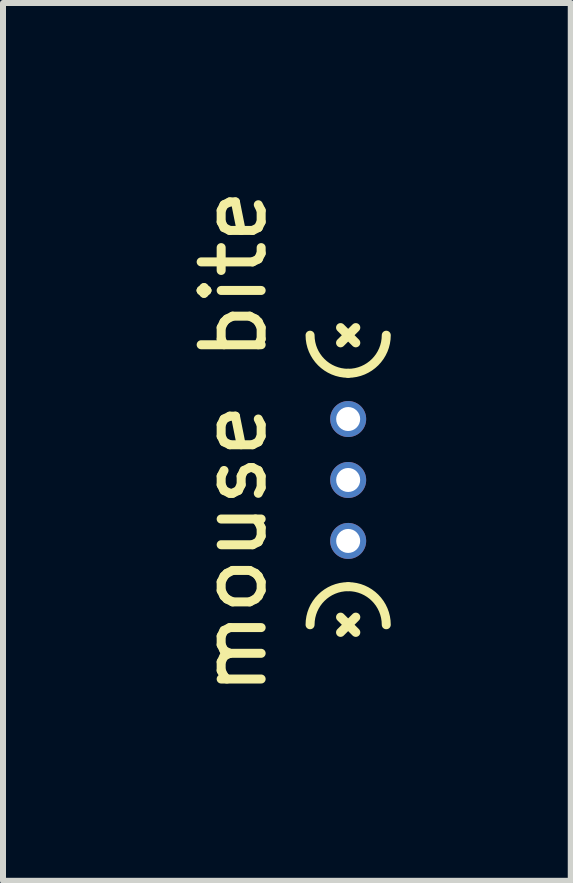
<source format=kicad_pcb>
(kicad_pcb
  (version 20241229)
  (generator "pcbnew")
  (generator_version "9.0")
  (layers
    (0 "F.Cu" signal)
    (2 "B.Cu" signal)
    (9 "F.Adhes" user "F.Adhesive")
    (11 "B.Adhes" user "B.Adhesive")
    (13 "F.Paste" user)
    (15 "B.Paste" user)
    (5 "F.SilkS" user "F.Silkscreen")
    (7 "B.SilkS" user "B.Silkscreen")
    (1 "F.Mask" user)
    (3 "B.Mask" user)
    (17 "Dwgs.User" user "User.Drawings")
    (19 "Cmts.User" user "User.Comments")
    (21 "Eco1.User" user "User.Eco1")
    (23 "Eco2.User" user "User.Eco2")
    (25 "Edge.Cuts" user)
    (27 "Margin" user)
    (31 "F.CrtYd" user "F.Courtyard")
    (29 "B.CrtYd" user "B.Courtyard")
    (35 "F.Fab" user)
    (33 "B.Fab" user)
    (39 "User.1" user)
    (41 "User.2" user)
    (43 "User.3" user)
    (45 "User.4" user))
  (footprint "mouse bite"
    (layer "F.Cu")
    (at 2.753 1.521)
    (property "Reference" "mouse bite" (at -1.905 2.794 90) (layer "F.SilkS") (effects (font (size 1 1) (thickness 0.15))))
    (attr through_hole)
    (fp_line (start -0.127 0.889) (end 0.127 1.143) (stroke (width 0.15) (type solid)) (layer "F.SilkS"))
    (fp_line (start -0.127 1.143) (end 0.127 0.889) (stroke (width 0.15) (type solid)) (layer "F.SilkS"))
    (fp_line (start -0.127 5.715) (end 0.127 5.969) (stroke (width 0.15) (type solid)) (layer "F.SilkS"))
    (fp_line (start 0.127 5.715) (end -0.127 5.969) (stroke (width 0.15) (type solid)) (layer "F.SilkS"))
    (fp_arc (start -0.635 5.842) (mid -0.449013 5.392987) (end 0 5.207) (stroke (width 0.15) (type solid)) (layer "F.SilkS"))
    (fp_arc (start 0 1.651) (mid -0.449013 1.465013) (end -0.635 1.016) (stroke (width 0.15) (type solid)) (layer "F.SilkS"))
    (fp_arc (start 0 5.207) (mid 0.449013 5.392987) (end 0.635 5.842) (stroke (width 0.15) (type solid)) (layer "F.SilkS"))
    (fp_arc (start 0.635 1.016) (mid 0.449013 1.465013) (end 0 1.651) (stroke (width 0.15) (type solid)) (layer "F.SilkS"))
    (pad "" np_thru_hole circle (at 0 2.413) (size 0.6 0.6) (drill 0.4) (layers "*.Cu" "*.Mask"))
    (pad "" np_thru_hole circle (at 0 3.429) (size 0.6 0.6) (drill 0.4) (layers "*.Cu" "*.Mask"))
    (pad "" np_thru_hole circle (at 0 4.445) (size 0.6 0.6) (drill 0.4) (layers "*.Cu" "*.Mask")))
  (gr_rect
    (start -3 -3)
    (end 6.463 11.631)
    (stroke (width 0.1) (type default))
    (fill no)
    (layer "Edge.Cuts")))
</source>
